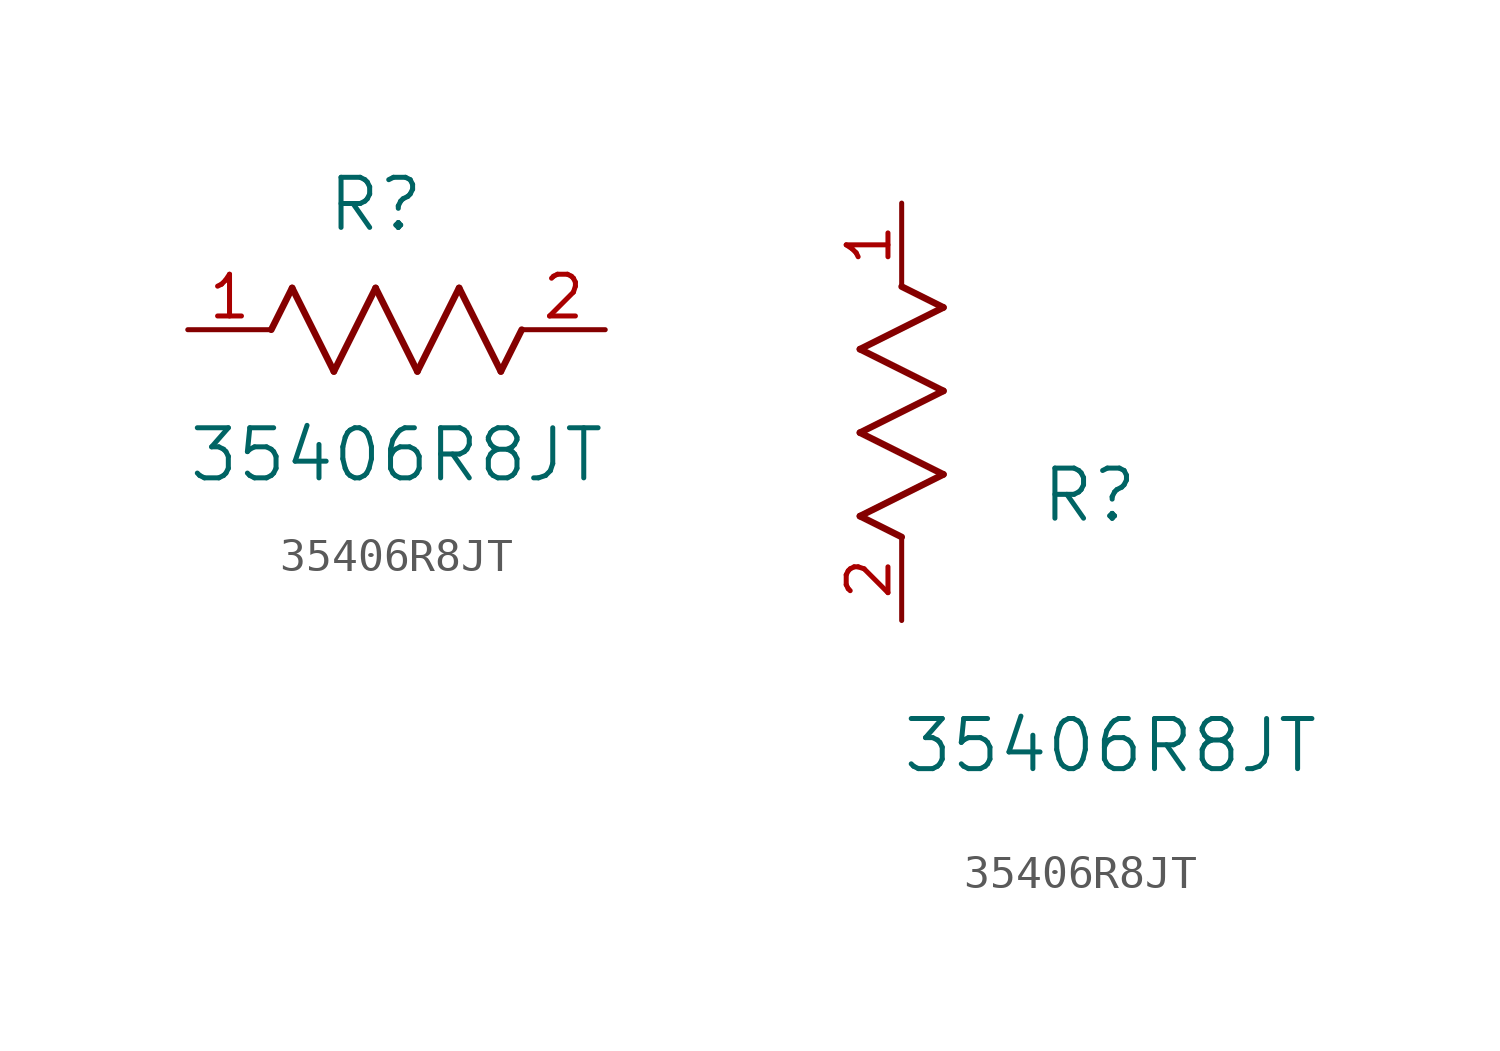
<source format=kicad_sym>
(kicad_symbol_lib
  (version 20211014)
  (generator kicad_symbol_editor)
  (symbol "35406R8JT"
    (pin_names
      (offset 0.254))
    (property "Reference" "R"
      (at 5.715 3.81 0)
      (effects (font (size 1.524 1.524))))
    (property "Value" "35406R8JT"
      (at 6.35 -3.81 0)
      (effects (font (size 1.524 1.524))))
    (symbol "35406R8JT_1_1"
      (polyline (pts (xy 3.175 1.27) (xy 4.445 -1.27)) (stroke (width 0.203) (type default) (color 0 0 0 0)) (fill (type none)))
      (polyline (pts (xy 4.445 -1.27) (xy 5.715 1.27)) (stroke (width 0.203) (type default) (color 0 0 0 0)) (fill (type none)))
      (polyline (pts (xy 5.715 1.27) (xy 6.985 -1.27)) (stroke (width 0.203) (type default) (color 0 0 0 0)) (fill (type none)))
      (polyline (pts (xy 6.985 -1.27) (xy 8.255 1.27)) (stroke (width 0.203) (type default) (color 0 0 0 0)) (fill (type none)))
      (polyline (pts (xy 8.255 1.27) (xy 9.525 -1.27)) (stroke (width 0.203) (type default) (color 0 0 0 0)) (fill (type none)))
      (polyline (pts (xy 2.54 0) (xy 3.175 1.27)) (stroke (width 0.203) (type default) (color 0 0 0 0)) (fill (type none)))
      (polyline (pts (xy 9.525 -1.27) (xy 10.16 0)) (stroke (width 0.203) (type default) (color 0 0 0 0)) (fill (type none)))
      (pin unspecified line (at 0 0 0) (length 2.54) (name "" (effects (font (size 1.27 1.27)))) (number "1" (effects (font (size 1.27 1.27)))))
      (pin unspecified line (at 12.7 0 180) (length 2.54) (name "" (effects (font (size 1.27 1.27)))) (number "2" (effects (font (size 1.27 1.27))))))
    (symbol "35406R8JT_1_2"
      (polyline (pts (xy 0 2.54) (xy -1.27 3.175)) (stroke (width 0.203) (type default) (color 0 0 0 0)) (fill (type none)))
      (polyline (pts (xy -1.27 3.175) (xy 1.27 4.445)) (stroke (width 0.203) (type default) (color 0 0 0 0)) (fill (type none)))
      (polyline (pts (xy 1.27 4.445) (xy -1.27 5.715)) (stroke (width 0.203) (type default) (color 0 0 0 0)) (fill (type none)))
      (polyline (pts (xy -1.27 5.715) (xy 1.27 6.985)) (stroke (width 0.203) (type default) (color 0 0 0 0)) (fill (type none)))
      (polyline (pts (xy -1.27 8.255) (xy 1.27 9.525)) (stroke (width 0.203) (type default) (color 0 0 0 0)) (fill (type none)))
      (polyline (pts (xy 1.27 9.525) (xy 0 10.16)) (stroke (width 0.203) (type default) (color 0 0 0 0)) (fill (type none)))
      (polyline (pts (xy 1.27 6.985) (xy -1.27 8.255)) (stroke (width 0.203) (type default) (color 0 0 0 0)) (fill (type none)))
      (pin unspecified line (at 0 12.7 270) (length 2.54) (name "" (effects (font (size 1.27 1.27)))) (number "1" (effects (font (size 1.27 1.27)))))
      (pin unspecified line (at 0 0 90) (length 2.54) (name "" (effects (font (size 1.27 1.27)))) (number "2" (effects (font (size 1.27 1.27))))))))
</source>
